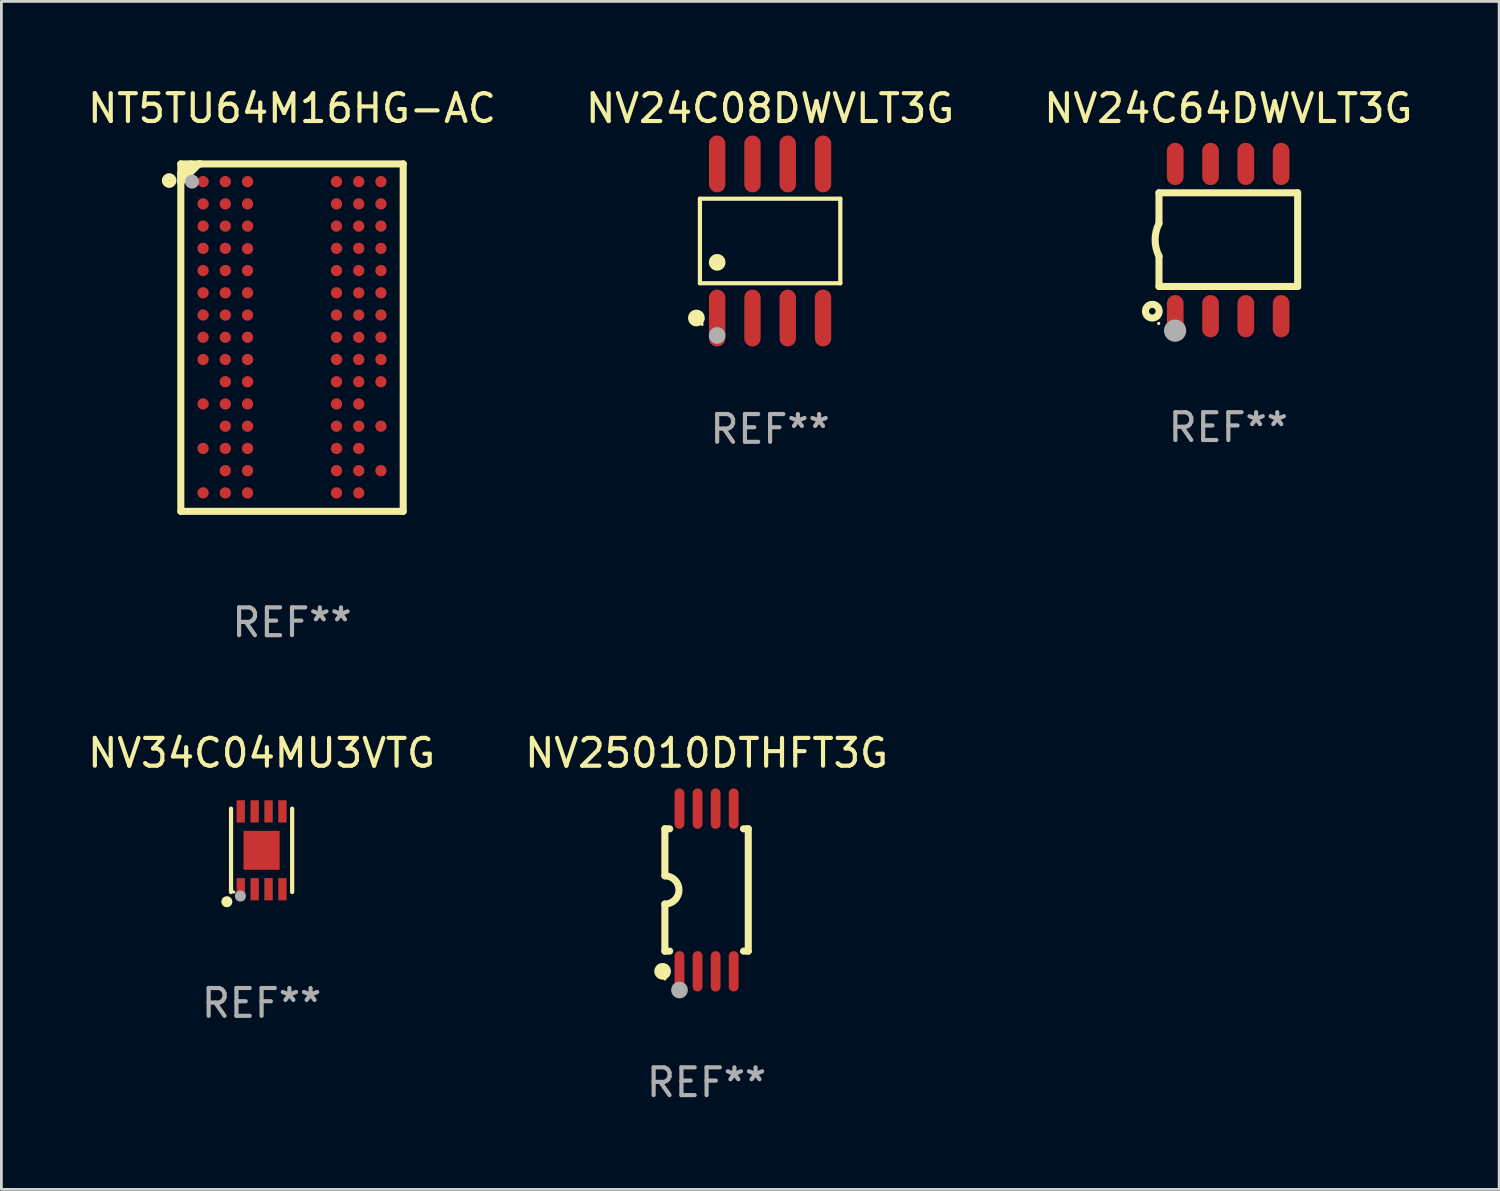
<source format=kicad_pcb>
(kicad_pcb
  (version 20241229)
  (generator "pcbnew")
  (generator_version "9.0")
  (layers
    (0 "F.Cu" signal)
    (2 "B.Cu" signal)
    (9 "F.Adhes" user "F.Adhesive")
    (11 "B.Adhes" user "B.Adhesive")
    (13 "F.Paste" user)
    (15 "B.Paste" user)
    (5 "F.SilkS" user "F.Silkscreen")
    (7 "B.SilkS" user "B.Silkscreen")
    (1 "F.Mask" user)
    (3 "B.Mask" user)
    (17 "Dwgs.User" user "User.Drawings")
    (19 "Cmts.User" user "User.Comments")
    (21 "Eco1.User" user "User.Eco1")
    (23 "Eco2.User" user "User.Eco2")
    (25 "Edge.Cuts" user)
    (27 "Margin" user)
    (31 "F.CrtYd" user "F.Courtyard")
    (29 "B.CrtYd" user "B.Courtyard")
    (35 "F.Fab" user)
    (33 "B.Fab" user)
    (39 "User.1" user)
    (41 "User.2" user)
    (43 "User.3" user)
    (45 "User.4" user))
  (footprint "NV24C64DWVLT3G"
    (layer "F.Cu")
    (at 41.149 5.588)
    (property "Reference" "NV24C64DWVLT3G" (at 0 -4.74 0) (layer "F.SilkS") (effects (font (size 1 1) (thickness 0.15))))
    (attr through_hole)
    (fp_line (start -2.495 -1.7) (end 2.495 -1.7) (stroke (width 0.254) (type solid)) (layer "F.SilkS"))
    (fp_line (start -2.495 -0.6) (end -2.495 -1.7) (stroke (width 0.254) (type solid)) (layer "F.SilkS"))
    (fp_line (start -2.495 1.671) (end -2.495 0.58) (stroke (width 0.254) (type solid)) (layer "F.SilkS"))
    (fp_line (start 2.495 -1.7) (end 2.495 1.671) (stroke (width 0.254) (type solid)) (layer "F.SilkS"))
    (fp_line (start 2.495 1.671) (end -2.495 1.671) (stroke (width 0.254) (type solid)) (layer "F.SilkS"))
    (fp_arc (start -2.495009 0.58001) (mid -2.634112 -0.009995) (end -2.495009 -0.6) (stroke (width 0.254001) (type solid)) (layer "F.SilkS"))
    (fp_circle (center -2.735 2.56) (end -2.615 2.56) (stroke (width 0.254) (type solid)) (fill no) (layer "F.SilkS"))
    (fp_circle (center -2.505 3) (end -2.475 3) (stroke (width 0.06) (type solid)) (fill no) (layer "F.SilkS"))
    (fp_circle (center -1.915 3.26) (end -1.715 3.26) (stroke (width 0.4) (type solid)) (fill no) (layer "F.Fab"))
    (fp_text user "REF**" (at 0 6.74 0) (layer "F.Fab") (effects (font (size 1 1) (thickness 0.15))))
    (pad "1" smd oval (at -1.91 2.74) (size 0.6 1.52) (layers "F.Cu" "F.Mask" "F.Paste"))
    (pad "2" smd oval (at -0.64 2.74) (size 0.6 1.52) (layers "F.Cu" "F.Mask" "F.Paste"))
    (pad "3" smd oval (at 0.63 2.74) (size 0.6 1.52) (layers "F.Cu" "F.Mask" "F.Paste"))
    (pad "4" smd oval (at 1.9 2.74) (size 0.6 1.52) (layers "F.Cu" "F.Mask" "F.Paste"))
    (pad "5" smd oval (at 1.9 -2.74) (size 0.6 1.52) (layers "F.Cu" "F.Mask" "F.Paste"))
    (pad "6" smd oval (at 0.63 -2.74) (size 0.6 1.52) (layers "F.Cu" "F.Mask" "F.Paste"))
    (pad "7" smd oval (at -0.64 -2.74) (size 0.6 1.52) (layers "F.Cu" "F.Mask" "F.Paste"))
    (pad "8" smd oval (at -1.91 -2.74) (size 0.6 1.52) (layers "F.Cu" "F.Mask" "F.Paste")))
  (footprint "NV25010DTHFT3G"
    (layer "F.Cu")
    (at 22.375 28.974)
    (property "Reference" "NV25010DTHFT3G" (at 0 -4.927 0) (layer "F.SilkS") (effects (font (size 1 1) (thickness 0.15))))
    (attr through_hole)
    (fp_line (start -1.5 -2.2) (end -1.5 -0.508) (stroke (width 0.254) (type solid)) (layer "F.SilkS"))
    (fp_line (start -1.5 -2.2) (end -1.328 -2.2) (stroke (width 0.254) (type solid)) (layer "F.SilkS"))
    (fp_line (start -1.5 2.2) (end -1.5 0.508) (stroke (width 0.254) (type solid)) (layer "F.SilkS"))
    (fp_line (start -1.5 2.2) (end -1.328 2.2) (stroke (width 0.254) (type solid)) (layer "F.SilkS"))
    (fp_line (start 1.328 -2.2) (end 1.5 -2.2) (stroke (width 0.254) (type solid)) (layer "F.SilkS"))
    (fp_line (start 1.328 2.2) (end 1.5 2.2) (stroke (width 0.254) (type solid)) (layer "F.SilkS"))
    (fp_line (start 1.5 -2.2) (end 1.5 2.2) (stroke (width 0.254) (type solid)) (layer "F.SilkS"))
    (fp_arc (start -1.501144 -0.508) (mid -0.993143 -0.000571) (end -1.5 0.508001) (stroke (width 0.254001) (type solid)) (layer "F.SilkS"))
    (fp_circle (center -1.581 2.927) (end -1.431 2.927) (stroke (width 0.3) (type solid)) (fill no) (layer "F.SilkS"))
    (fp_circle (center -1.5 3.2) (end -1.47 3.2) (stroke (width 0.06) (type solid)) (fill no) (layer "F.SilkS"))
    (fp_circle (center -0.975 3.6) (end -0.825 3.6) (stroke (width 0.3) (type solid)) (fill no) (layer "F.Fab"))
    (fp_text user "REF**" (at 0 6.927 0) (layer "F.Fab") (effects (font (size 1 1) (thickness 0.15))))
    (pad "1" smd oval (at -0.975 2.927) (size 0.353 1.454) (layers "F.Cu" "F.Mask" "F.Paste"))
    (pad "2" smd oval (at -0.325 2.927) (size 0.353 1.454) (layers "F.Cu" "F.Mask" "F.Paste"))
    (pad "3" smd oval (at 0.325 2.927) (size 0.353 1.454) (layers "F.Cu" "F.Mask" "F.Paste"))
    (pad "4" smd oval (at 0.975 2.927) (size 0.353 1.454) (layers "F.Cu" "F.Mask" "F.Paste"))
    (pad "5" smd oval (at 0.975 -2.927) (size 0.353 1.454) (layers "F.Cu" "F.Mask" "F.Paste"))
    (pad "6" smd oval (at 0.325 -2.927) (size 0.353 1.454) (layers "F.Cu" "F.Mask" "F.Paste"))
    (pad "7" smd oval (at -0.325 -2.927) (size 0.353 1.454) (layers "F.Cu" "F.Mask" "F.Paste"))
    (pad "8" smd oval (at -0.975 -2.927) (size 0.353 1.454) (layers "F.Cu" "F.Mask" "F.Paste")))
  (footprint "NT5TU64M16HG-AC"
    (layer "F.Cu")
    (at 7.458 9.099)
    (property "Reference" "NT5TU64M16HG-AC" (at 0 -8.251 0) (layer "F.SilkS") (effects (font (size 1 1) (thickness 0.15))))
    (attr through_hole)
    (fp_line (start -4.001 -6.251) (end -4.001 6.251) (stroke (width 0.254) (type solid)) (layer "F.SilkS"))
    (fp_line (start -4.001 -5.918) (end -3.981 -5.918) (stroke (width 0.254) (type solid)) (layer "F.SilkS"))
    (fp_line (start -4.001 -5.598) (end -4.001 -5.918) (stroke (width 0.254) (type solid)) (layer "F.SilkS"))
    (fp_line (start -4.001 6.251) (end 4.001 6.251) (stroke (width 0.254) (type solid)) (layer "F.SilkS"))
    (fp_line (start -3.981 -5.918) (end -3.647 -6.251) (stroke (width 0.254) (type solid)) (layer "F.SilkS"))
    (fp_line (start -3.347 -6.251) (end -4.001 -5.598) (stroke (width 0.254) (type solid)) (layer "F.SilkS"))
    (fp_line (start -3.291 -6.251) (end -3.347 -6.251) (stroke (width 0.254) (type solid)) (layer "F.SilkS"))
    (fp_line (start 4.001 -6.251) (end -4.001 -6.251) (stroke (width 0.254) (type solid)) (layer "F.SilkS"))
    (fp_line (start 4.001 6.251) (end 4.001 -6.251) (stroke (width 0.254) (type solid)) (layer "F.SilkS"))
    (fp_circle (center -4.42 -5.652) (end -4.283 -5.652) (stroke (width 0.254) (type solid)) (fill no) (layer "F.SilkS"))
    (fp_circle (center -4 -6.263) (end -3.97 -6.263) (stroke (width 0.06) (type solid)) (fill no) (layer "F.SilkS"))
    (fp_circle (center -3.6 -5.613) (end -3.473 -5.613) (stroke (width 0.254) (type solid)) (fill no) (layer "F.Fab"))
    (fp_text user "REF**" (at 0 10.251 0) (layer "F.Fab") (effects (font (size 1 1) (thickness 0.15))))
    (pad "A1" smd circle (at -3.2 -5.613) (size 0.406 0.406) (layers "F.Cu" "F.Mask" "F.Paste"))
    (pad "A2" smd circle (at -2.4 -5.613) (size 0.406 0.406) (layers "F.Cu" "F.Mask" "F.Paste"))
    (pad "A3" smd circle (at -1.6 -5.613) (size 0.406 0.406) (layers "F.Cu" "F.Mask" "F.Paste"))
    (pad "A7" smd circle (at 1.6 -5.613) (size 0.406 0.406) (layers "F.Cu" "F.Mask" "F.Paste"))
    (pad "A8" smd circle (at 2.4 -5.613) (size 0.406 0.406) (layers "F.Cu" "F.Mask" "F.Paste"))
    (pad "A9" smd circle (at 3.2 -5.613) (size 0.406 0.406) (layers "F.Cu" "F.Mask" "F.Paste"))
    (pad "B1" smd circle (at -3.2 -4.813) (size 0.406 0.406) (layers "F.Cu" "F.Mask" "F.Paste"))
    (pad "B2" smd circle (at -2.4 -4.813) (size 0.406 0.406) (layers "F.Cu" "F.Mask" "F.Paste"))
    (pad "B3" smd circle (at -1.6 -4.813) (size 0.406 0.406) (layers "F.Cu" "F.Mask" "F.Paste"))
    (pad "B7" smd circle (at 1.6 -4.813) (size 0.406 0.406) (layers "F.Cu" "F.Mask" "F.Paste"))
    (pad "B8" smd circle (at 2.4 -4.813) (size 0.406 0.406) (layers "F.Cu" "F.Mask" "F.Paste"))
    (pad "B9" smd circle (at 3.2 -4.813) (size 0.406 0.406) (layers "F.Cu" "F.Mask" "F.Paste"))
    (pad "C1" smd circle (at -3.2 -4.013) (size 0.406 0.406) (layers "F.Cu" "F.Mask" "F.Paste"))
    (pad "C2" smd circle (at -2.4 -4.013) (size 0.406 0.406) (layers "F.Cu" "F.Mask" "F.Paste"))
    (pad "C3" smd circle (at -1.6 -4.013) (size 0.406 0.406) (layers "F.Cu" "F.Mask" "F.Paste"))
    (pad "C7" smd circle (at 1.6 -4.013) (size 0.406 0.406) (layers "F.Cu" "F.Mask" "F.Paste"))
    (pad "C8" smd circle (at 2.4 -4.013) (size 0.406 0.406) (layers "F.Cu" "F.Mask" "F.Paste"))
    (pad "C9" smd circle (at 3.2 -4.013) (size 0.406 0.406) (layers "F.Cu" "F.Mask" "F.Paste"))
    (pad "D1" smd circle (at -3.2 -3.213) (size 0.406 0.406) (layers "F.Cu" "F.Mask" "F.Paste"))
    (pad "D2" smd circle (at -2.4 -3.213) (size 0.406 0.406) (layers "F.Cu" "F.Mask" "F.Paste"))
    (pad "D3" smd circle (at -1.6 -3.2) (size 0.406 0.406) (layers "F.Cu" "F.Mask" "F.Paste"))
    (pad "D7" smd circle (at 1.6 -3.213) (size 0.406 0.406) (layers "F.Cu" "F.Mask" "F.Paste"))
    (pad "D8" smd circle (at 2.4 -3.213) (size 0.406 0.406) (layers "F.Cu" "F.Mask" "F.Paste"))
    (pad "D9" smd circle (at 3.2 -3.213) (size 0.406 0.406) (layers "F.Cu" "F.Mask" "F.Paste"))
    (pad "E1" smd circle (at -3.2 -2.413) (size 0.406 0.406) (layers "F.Cu" "F.Mask" "F.Paste"))
    (pad "E2" smd circle (at -2.4 -2.413) (size 0.406 0.406) (layers "F.Cu" "F.Mask" "F.Paste"))
    (pad "E3" smd circle (at -1.6 -2.413) (size 0.406 0.406) (layers "F.Cu" "F.Mask" "F.Paste"))
    (pad "E7" smd circle (at 1.6 -2.413) (size 0.406 0.406) (layers "F.Cu" "F.Mask" "F.Paste"))
    (pad "E8" smd circle (at 2.4 -2.413) (size 0.406 0.406) (layers "F.Cu" "F.Mask" "F.Paste"))
    (pad "E9" smd circle (at 3.2 -2.413) (size 0.406 0.406) (layers "F.Cu" "F.Mask" "F.Paste"))
    (pad "F1" smd circle (at -3.2 -1.613) (size 0.406 0.406) (layers "F.Cu" "F.Mask" "F.Paste"))
    (pad "F2" smd circle (at -2.4 -1.613) (size 0.406 0.406) (layers "F.Cu" "F.Mask" "F.Paste"))
    (pad "F3" smd circle (at -1.6 -1.613) (size 0.406 0.406) (layers "F.Cu" "F.Mask" "F.Paste"))
    (pad "F7" smd circle (at 1.6 -1.613) (size 0.406 0.406) (layers "F.Cu" "F.Mask" "F.Paste"))
    (pad "F8" smd circle (at 2.4 -1.613) (size 0.406 0.406) (layers "F.Cu" "F.Mask" "F.Paste"))
    (pad "F9" smd circle (at 3.2 -1.613) (size 0.406 0.406) (layers "F.Cu" "F.Mask" "F.Paste"))
    (pad "G1" smd circle (at -3.2 -0.813) (size 0.406 0.406) (layers "F.Cu" "F.Mask" "F.Paste"))
    (pad "G2" smd circle (at -2.4 -0.813) (size 0.406 0.406) (layers "F.Cu" "F.Mask" "F.Paste"))
    (pad "G3" smd circle (at -1.6 -0.813) (size 0.406 0.406) (layers "F.Cu" "F.Mask" "F.Paste"))
    (pad "G7" smd circle (at 1.6 -0.813) (size 0.406 0.406) (layers "F.Cu" "F.Mask" "F.Paste"))
    (pad "G8" smd circle (at 2.4 -0.813) (size 0.406 0.406) (layers "F.Cu" "F.Mask" "F.Paste"))
    (pad "G9" smd circle (at 3.2 -0.813) (size 0.406 0.406) (layers "F.Cu" "F.Mask" "F.Paste"))
    (pad "H1" smd circle (at -3.2 -0.013) (size 0.406 0.406) (layers "F.Cu" "F.Mask" "F.Paste"))
    (pad "H2" smd circle (at -2.4 -0.013) (size 0.406 0.406) (layers "F.Cu" "F.Mask" "F.Paste"))
    (pad "H3" smd circle (at -1.6 -0.013) (size 0.406 0.406) (layers "F.Cu" "F.Mask" "F.Paste"))
    (pad "H7" smd circle (at 1.6 -0.013) (size 0.406 0.406) (layers "F.Cu" "F.Mask" "F.Paste"))
    (pad "H8" smd circle (at 2.4 -0.013) (size 0.406 0.406) (layers "F.Cu" "F.Mask" "F.Paste"))
    (pad "H9" smd circle (at 3.2 -0.013) (size 0.406 0.406) (layers "F.Cu" "F.Mask" "F.Paste"))
    (pad "J1" smd circle (at -3.2 0.787) (size 0.406 0.406) (layers "F.Cu" "F.Mask" "F.Paste"))
    (pad "J2" smd circle (at -2.4 0.787) (size 0.406 0.406) (layers "F.Cu" "F.Mask" "F.Paste"))
    (pad "J3" smd circle (at -1.6 0.787) (size 0.406 0.406) (layers "F.Cu" "F.Mask" "F.Paste"))
    (pad "J7" smd circle (at 1.6 0.787) (size 0.406 0.406) (layers "F.Cu" "F.Mask" "F.Paste"))
    (pad "J8" smd circle (at 2.4 0.787) (size 0.406 0.406) (layers "F.Cu" "F.Mask" "F.Paste"))
    (pad "J9" smd circle (at 3.2 0.787) (size 0.406 0.406) (layers "F.Cu" "F.Mask" "F.Paste"))
    (pad "K2" smd circle (at -2.4 1.587) (size 0.406 0.406) (layers "F.Cu" "F.Mask" "F.Paste"))
    (pad "K3" smd circle (at -1.6 1.587) (size 0.406 0.406) (layers "F.Cu" "F.Mask" "F.Paste"))
    (pad "K7" smd circle (at 1.6 1.587) (size 0.406 0.406) (layers "F.Cu" "F.Mask" "F.Paste"))
    (pad "K8" smd circle (at 2.4 1.587) (size 0.406 0.406) (layers "F.Cu" "F.Mask" "F.Paste"))
    (pad "K9" smd circle (at 3.2 1.587) (size 0.406 0.406) (layers "F.Cu" "F.Mask" "F.Paste"))
    (pad "L1" smd circle (at -3.2 2.387) (size 0.406 0.406) (layers "F.Cu" "F.Mask" "F.Paste"))
    (pad "L2" smd circle (at -2.4 2.387) (size 0.406 0.406) (layers "F.Cu" "F.Mask" "F.Paste"))
    (pad "L3" smd circle (at -1.6 2.387) (size 0.406 0.406) (layers "F.Cu" "F.Mask" "F.Paste"))
    (pad "L7" smd circle (at 1.6 2.387) (size 0.406 0.406) (layers "F.Cu" "F.Mask" "F.Paste"))
    (pad "L8" smd circle (at 2.4 2.387) (size 0.406 0.406) (layers "F.Cu" "F.Mask" "F.Paste"))
    (pad "M2" smd circle (at -2.4 3.187) (size 0.406 0.406) (layers "F.Cu" "F.Mask" "F.Paste"))
    (pad "M3" smd circle (at -1.6 3.187) (size 0.406 0.406) (layers "F.Cu" "F.Mask" "F.Paste"))
    (pad "M7" smd circle (at 1.6 3.187) (size 0.406 0.406) (layers "F.Cu" "F.Mask" "F.Paste"))
    (pad "M8" smd circle (at 2.4 3.187) (size 0.406 0.406) (layers "F.Cu" "F.Mask" "F.Paste"))
    (pad "M9" smd circle (at 3.2 3.187) (size 0.406 0.406) (layers "F.Cu" "F.Mask" "F.Paste"))
    (pad "N1" smd circle (at -3.2 3.987) (size 0.406 0.406) (layers "F.Cu" "F.Mask" "F.Paste"))
    (pad "N2" smd circle (at -2.4 3.987) (size 0.406 0.406) (layers "F.Cu" "F.Mask" "F.Paste"))
    (pad "N3" smd circle (at -1.6 3.987) (size 0.406 0.406) (layers "F.Cu" "F.Mask" "F.Paste"))
    (pad "N7" smd circle (at 1.6 3.987) (size 0.406 0.406) (layers "F.Cu" "F.Mask" "F.Paste"))
    (pad "N8" smd circle (at 2.4 3.987) (size 0.406 0.406) (layers "F.Cu" "F.Mask" "F.Paste"))
    (pad "P2" smd circle (at -2.4 4.787) (size 0.406 0.406) (layers "F.Cu" "F.Mask" "F.Paste"))
    (pad "P3" smd circle (at -1.6 4.787) (size 0.406 0.406) (layers "F.Cu" "F.Mask" "F.Paste"))
    (pad "P7" smd circle (at 1.6 4.787) (size 0.406 0.406) (layers "F.Cu" "F.Mask" "F.Paste"))
    (pad "P8" smd circle (at 2.4 4.787) (size 0.406 0.406) (layers "F.Cu" "F.Mask" "F.Paste"))
    (pad "P9" smd circle (at 3.2 4.787) (size 0.406 0.406) (layers "F.Cu" "F.Mask" "F.Paste"))
    (pad "R1" smd circle (at -3.2 5.587) (size 0.406 0.406) (layers "F.Cu" "F.Mask" "F.Paste"))
    (pad "R2" smd circle (at -2.4 5.587) (size 0.406 0.406) (layers "F.Cu" "F.Mask" "F.Paste"))
    (pad "R3" smd circle (at -1.6 5.587) (size 0.406 0.406) (layers "F.Cu" "F.Mask" "F.Paste"))
    (pad "R7" smd circle (at 1.6 5.587) (size 0.406 0.406) (layers "F.Cu" "F.Mask" "F.Paste"))
    (pad "R8" smd circle (at 2.4 5.587) (size 0.406 0.406) (layers "F.Cu" "F.Mask" "F.Paste")))
  (footprint "NV34C04MU3VTG"
    (layer "F.Cu")
    (at 6.363 27.547)
    (property "Reference" "NV34C04MU3VTG" (at 0 -3.5 0) (layer "F.SilkS") (effects (font (size 1 1) (thickness 0.15))))
    (attr through_hole)
    (fp_line (start -1.1 1.5) (end -1.1 -1.5) (stroke (width 0.152) (type solid)) (layer "F.SilkS"))
    (fp_line (start 1.1 -1.5) (end 1.1 1.5) (stroke (width 0.152) (type solid)) (layer "F.SilkS"))
    (fp_circle (center -1.25 1.85) (end -1.15 1.85) (stroke (width 0.2) (type solid)) (fill no) (layer "F.SilkS"))
    (fp_circle (center -1 1.5) (end -0.97 1.5) (stroke (width 0.06) (type solid)) (fill no) (layer "F.SilkS"))
    (fp_circle (center -0.763 1.644) (end -0.663 1.644) (stroke (width 0.2) (type solid)) (fill no) (layer "F.Fab"))
    (fp_text user "REF**" (at 0 5.5 0) (layer "F.Fab") (effects (font (size 1 1) (thickness 0.15))))
    (pad "1" smd rect (at -0.75 1.4 180) (size 0.3 0.8) (layers "F.Cu" "F.Mask" "F.Paste"))
    (pad "2" smd rect (at -0.25 1.4) (size 0.3 0.8) (layers "F.Cu" "F.Mask" "F.Paste"))
    (pad "3" smd rect (at 0.25 1.4) (size 0.3 0.8) (layers "F.Cu" "F.Mask" "F.Paste"))
    (pad "4" smd rect (at 0.75 1.4) (size 0.3 0.8) (layers "F.Cu" "F.Mask" "F.Paste"))
    (pad "5" smd rect (at 0.75 -1.4) (size 0.3 0.8) (layers "F.Cu" "F.Mask" "F.Paste"))
    (pad "6" smd rect (at 0.25 -1.4) (size 0.3 0.8) (layers "F.Cu" "F.Mask" "F.Paste"))
    (pad "7" smd rect (at -0.25 -1.4) (size 0.3 0.8) (layers "F.Cu" "F.Mask" "F.Paste"))
    (pad "8" smd rect (at -0.75 -1.4) (size 0.3 0.8) (layers "F.Cu" "F.Mask" "F.Paste"))
    (pad "9" smd rect (at 0 0 180) (size 1.3 1.4) (layers "F.Cu" "F.Mask" "F.Paste")))
  (footprint "NV24C08DWVLT3G"
    (layer "F.Cu")
    (at 24.661 5.621)
    (property "Reference" "NV24C08DWVLT3G" (at 0 -4.772 0) (layer "F.SilkS") (effects (font (size 1 1) (thickness 0.15))))
    (attr through_hole)
    (fp_line (start -2.526 -1.521) (end 2.526 -1.521) (stroke (width 0.152) (type solid)) (layer "F.SilkS"))
    (fp_line (start -2.526 1.521) (end -2.526 -1.521) (stroke (width 0.152) (type solid)) (layer "F.SilkS"))
    (fp_line (start 2.526 -1.521) (end 2.526 1.521) (stroke (width 0.152) (type solid)) (layer "F.SilkS"))
    (fp_line (start 2.526 1.521) (end -2.526 1.521) (stroke (width 0.152) (type solid)) (layer "F.SilkS"))
    (fp_circle (center -2.652 2.772) (end -2.501 2.772) (stroke (width 0.3) (type solid)) (fill no) (layer "F.SilkS"))
    (fp_circle (center -2.45 3) (end -2.42 3) (stroke (width 0.06) (type solid)) (fill no) (layer "F.SilkS"))
    (fp_circle (center -1.905 0.769) (end -1.755 0.769) (stroke (width 0.3) (type solid)) (fill no) (layer "F.SilkS"))
    (fp_circle (center -1.905 3.4) (end -1.755 3.4) (stroke (width 0.3) (type solid)) (fill no) (layer "F.Fab"))
    (fp_text user "REF**" (at 0 6.772 0) (layer "F.Fab") (effects (font (size 1 1) (thickness 0.15))))
    (pad "1" smd oval (at -1.905 2.772) (size 0.588 2.045) (layers "F.Cu" "F.Mask" "F.Paste"))
    (pad "2" smd oval (at -0.635 2.772) (size 0.588 2.045) (layers "F.Cu" "F.Mask" "F.Paste"))
    (pad "3" smd oval (at 0.635 2.772) (size 0.588 2.045) (layers "F.Cu" "F.Mask" "F.Paste"))
    (pad "4" smd oval (at 1.905 2.772) (size 0.588 2.045) (layers "F.Cu" "F.Mask" "F.Paste"))
    (pad "5" smd oval (at 1.905 -2.772) (size 0.588 2.045) (layers "F.Cu" "F.Mask" "F.Paste"))
    (pad "6" smd oval (at 0.635 -2.772) (size 0.588 2.045) (layers "F.Cu" "F.Mask" "F.Paste"))
    (pad "7" smd oval (at -0.635 -2.772) (size 0.588 2.045) (layers "F.Cu" "F.Mask" "F.Paste"))
    (pad "8" smd oval (at -1.905 -2.772) (size 0.588 2.045) (layers "F.Cu" "F.Mask" "F.Paste")))
  (gr_rect
    (start -3 -3)
    (end 50.893 39.749)
    (stroke (width 0.1) (type default))
    (fill no)
    (layer "Edge.Cuts")))
</source>
